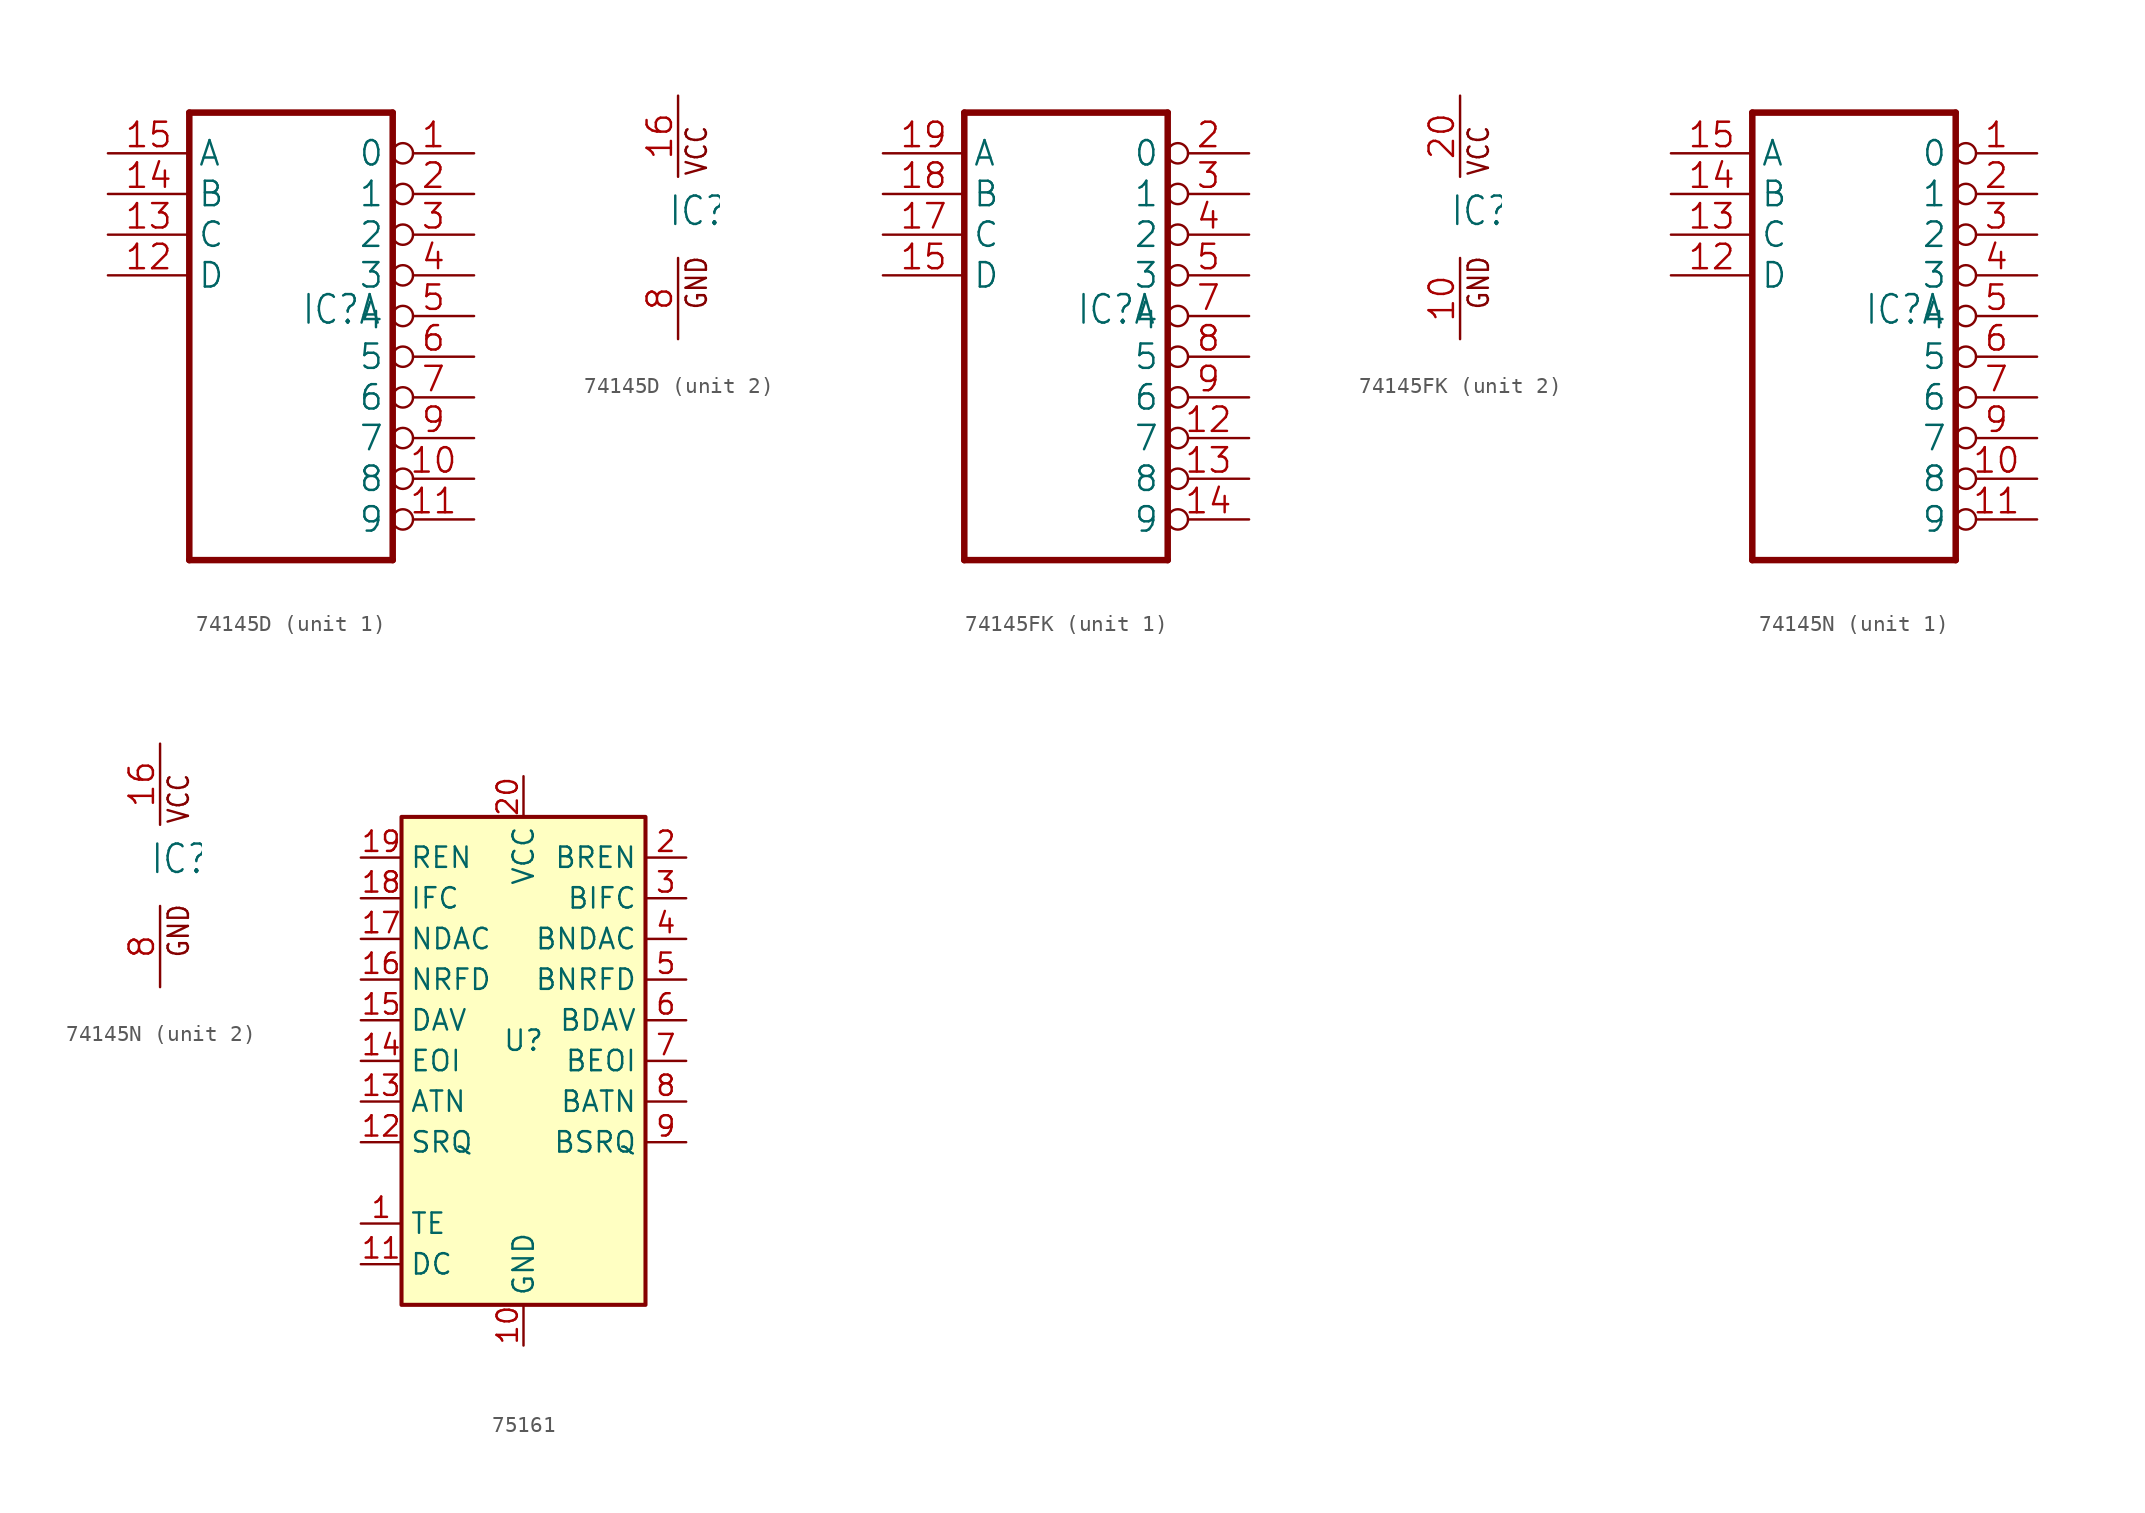
<source format=kicad_sym>
(kicad_symbol_lib
  (version 20241209)
  (generator "kicad_symbol_editor")
  (generator_version "9.0")
  (symbol "74145D"
    (property "Reference" "IC"
      (at -0.635 -0.635 0)
      (effects (font (size 1.778 1.511)) (justify left bottom)))
    (property "ki_locked" ""
      (at 0 0 0)
      (effects (font (size 1.27 1.27))))
    (symbol "74145D_1_0"
      (polyline (pts (xy -7.62 12.7) (xy -7.62 -15.24)) (stroke (width 0.406) (type solid)) (fill (type none)))
      (polyline (pts (xy -7.62 -15.24) (xy 5.08 -15.24)) (stroke (width 0.406) (type solid)) (fill (type none)))
      (polyline (pts (xy 5.08 12.7) (xy -7.62 12.7)) (stroke (width 0.406) (type solid)) (fill (type none)))
      (polyline (pts (xy 5.08 -15.24) (xy 5.08 12.7)) (stroke (width 0.406) (type solid)) (fill (type none)))
      (pin input line (at -12.7 10.16 0) (length 5.08) (name "A" (effects (font (size 1.524 1.524)))) (number "15" (effects (font (size 1.524 1.524)))))
      (pin input line (at -12.7 7.62 0) (length 5.08) (name "B" (effects (font (size 1.524 1.524)))) (number "14" (effects (font (size 1.524 1.524)))))
      (pin input line (at -12.7 5.08 0) (length 5.08) (name "C" (effects (font (size 1.524 1.524)))) (number "13" (effects (font (size 1.524 1.524)))))
      (pin input line (at -12.7 2.54 0) (length 5.08) (name "D" (effects (font (size 1.524 1.524)))) (number "12" (effects (font (size 1.524 1.524)))))
      (pin output inverted (at 10.16 10.16 180) (length 5.08) (name "0" (effects (font (size 1.524 1.524)))) (number "1" (effects (font (size 1.524 1.524)))))
      (pin output inverted (at 10.16 7.62 180) (length 5.08) (name "1" (effects (font (size 1.524 1.524)))) (number "2" (effects (font (size 1.524 1.524)))))
      (pin output inverted (at 10.16 5.08 180) (length 5.08) (name "2" (effects (font (size 1.524 1.524)))) (number "3" (effects (font (size 1.524 1.524)))))
      (pin output inverted (at 10.16 2.54 180) (length 5.08) (name "3" (effects (font (size 1.524 1.524)))) (number "4" (effects (font (size 1.524 1.524)))))
      (pin output inverted (at 10.16 0 180) (length 5.08) (name "4" (effects (font (size 1.524 1.524)))) (number "5" (effects (font (size 1.524 1.524)))))
      (pin output inverted (at 10.16 -2.54 180) (length 5.08) (name "5" (effects (font (size 1.524 1.524)))) (number "6" (effects (font (size 1.524 1.524)))))
      (pin output inverted (at 10.16 -5.08 180) (length 5.08) (name "6" (effects (font (size 1.524 1.524)))) (number "7" (effects (font (size 1.524 1.524)))))
      (pin output inverted (at 10.16 -7.62 180) (length 5.08) (name "7" (effects (font (size 1.524 1.524)))) (number "9" (effects (font (size 1.524 1.524)))))
      (pin output inverted (at 10.16 -10.16 180) (length 5.08) (name "8" (effects (font (size 1.524 1.524)))) (number "10" (effects (font (size 1.524 1.524)))))
      (pin output inverted (at 10.16 -12.7 180) (length 5.08) (name "9" (effects (font (size 1.524 1.524)))) (number "11" (effects (font (size 1.524 1.524))))))
    (symbol "74145D_2_0"
      (text "VCC" (at 1.905 2.54 900) (effects (font (size 1.27 1.079)) (justify left bottom)))
      (text "GND" (at 1.905 -5.842 900) (effects (font (size 1.27 1.079)) (justify left bottom)))
      (pin power_in line (at 0 7.62 270) (length 5.08) (name "VCC" (effects (font (size 0 0)))) (number "16" (effects (font (size 1.524 1.524)))))
      (pin power_in line (at 0 -7.62 90) (length 5.08) (name "GND" (effects (font (size 0 0)))) (number "8" (effects (font (size 1.524 1.524)))))))
  (symbol "74145FK"
    (property "Reference" "IC"
      (at -0.635 -0.635 0)
      (effects (font (size 1.778 1.511)) (justify left bottom)))
    (property "ki_locked" ""
      (at 0 0 0)
      (effects (font (size 1.27 1.27))))
    (symbol "74145FK_1_0"
      (polyline (pts (xy -7.62 12.7) (xy -7.62 -15.24)) (stroke (width 0.406) (type solid)) (fill (type none)))
      (polyline (pts (xy -7.62 -15.24) (xy 5.08 -15.24)) (stroke (width 0.406) (type solid)) (fill (type none)))
      (polyline (pts (xy 5.08 12.7) (xy -7.62 12.7)) (stroke (width 0.406) (type solid)) (fill (type none)))
      (polyline (pts (xy 5.08 -15.24) (xy 5.08 12.7)) (stroke (width 0.406) (type solid)) (fill (type none)))
      (pin input line (at -12.7 10.16 0) (length 5.08) (name "A" (effects (font (size 1.524 1.524)))) (number "19" (effects (font (size 1.524 1.524)))))
      (pin input line (at -12.7 7.62 0) (length 5.08) (name "B" (effects (font (size 1.524 1.524)))) (number "18" (effects (font (size 1.524 1.524)))))
      (pin input line (at -12.7 5.08 0) (length 5.08) (name "C" (effects (font (size 1.524 1.524)))) (number "17" (effects (font (size 1.524 1.524)))))
      (pin input line (at -12.7 2.54 0) (length 5.08) (name "D" (effects (font (size 1.524 1.524)))) (number "15" (effects (font (size 1.524 1.524)))))
      (pin output inverted (at 10.16 10.16 180) (length 5.08) (name "0" (effects (font (size 1.524 1.524)))) (number "2" (effects (font (size 1.524 1.524)))))
      (pin output inverted (at 10.16 7.62 180) (length 5.08) (name "1" (effects (font (size 1.524 1.524)))) (number "3" (effects (font (size 1.524 1.524)))))
      (pin output inverted (at 10.16 5.08 180) (length 5.08) (name "2" (effects (font (size 1.524 1.524)))) (number "4" (effects (font (size 1.524 1.524)))))
      (pin output inverted (at 10.16 2.54 180) (length 5.08) (name "3" (effects (font (size 1.524 1.524)))) (number "5" (effects (font (size 1.524 1.524)))))
      (pin output inverted (at 10.16 0 180) (length 5.08) (name "4" (effects (font (size 1.524 1.524)))) (number "7" (effects (font (size 1.524 1.524)))))
      (pin output inverted (at 10.16 -2.54 180) (length 5.08) (name "5" (effects (font (size 1.524 1.524)))) (number "8" (effects (font (size 1.524 1.524)))))
      (pin output inverted (at 10.16 -5.08 180) (length 5.08) (name "6" (effects (font (size 1.524 1.524)))) (number "9" (effects (font (size 1.524 1.524)))))
      (pin output inverted (at 10.16 -7.62 180) (length 5.08) (name "7" (effects (font (size 1.524 1.524)))) (number "12" (effects (font (size 1.524 1.524)))))
      (pin output inverted (at 10.16 -10.16 180) (length 5.08) (name "8" (effects (font (size 1.524 1.524)))) (number "13" (effects (font (size 1.524 1.524)))))
      (pin output inverted (at 10.16 -12.7 180) (length 5.08) (name "9" (effects (font (size 1.524 1.524)))) (number "14" (effects (font (size 1.524 1.524))))))
    (symbol "74145FK_2_0"
      (text "VCC" (at 1.905 2.54 900) (effects (font (size 1.27 1.079)) (justify left bottom)))
      (text "GND" (at 1.905 -5.842 900) (effects (font (size 1.27 1.079)) (justify left bottom)))
      (pin power_in line (at 0 7.62 270) (length 5.08) (name "VCC" (effects (font (size 0 0)))) (number "20" (effects (font (size 1.524 1.524)))))
      (pin power_in line (at 0 -7.62 90) (length 5.08) (name "GND" (effects (font (size 0 0)))) (number "10" (effects (font (size 1.524 1.524)))))))
  (symbol "74145N"
    (property "Reference" "IC"
      (at -0.635 -0.635 0)
      (effects (font (size 1.778 1.511)) (justify left bottom)))
    (property "ki_locked" ""
      (at 0 0 0)
      (effects (font (size 1.27 1.27))))
    (symbol "74145N_1_0"
      (polyline (pts (xy -7.62 12.7) (xy -7.62 -15.24)) (stroke (width 0.406) (type solid)) (fill (type none)))
      (polyline (pts (xy -7.62 -15.24) (xy 5.08 -15.24)) (stroke (width 0.406) (type solid)) (fill (type none)))
      (polyline (pts (xy 5.08 12.7) (xy -7.62 12.7)) (stroke (width 0.406) (type solid)) (fill (type none)))
      (polyline (pts (xy 5.08 -15.24) (xy 5.08 12.7)) (stroke (width 0.406) (type solid)) (fill (type none)))
      (pin input line (at -12.7 10.16 0) (length 5.08) (name "A" (effects (font (size 1.524 1.524)))) (number "15" (effects (font (size 1.524 1.524)))))
      (pin input line (at -12.7 7.62 0) (length 5.08) (name "B" (effects (font (size 1.524 1.524)))) (number "14" (effects (font (size 1.524 1.524)))))
      (pin input line (at -12.7 5.08 0) (length 5.08) (name "C" (effects (font (size 1.524 1.524)))) (number "13" (effects (font (size 1.524 1.524)))))
      (pin input line (at -12.7 2.54 0) (length 5.08) (name "D" (effects (font (size 1.524 1.524)))) (number "12" (effects (font (size 1.524 1.524)))))
      (pin output inverted (at 10.16 10.16 180) (length 5.08) (name "0" (effects (font (size 1.524 1.524)))) (number "1" (effects (font (size 1.524 1.524)))))
      (pin output inverted (at 10.16 7.62 180) (length 5.08) (name "1" (effects (font (size 1.524 1.524)))) (number "2" (effects (font (size 1.524 1.524)))))
      (pin output inverted (at 10.16 5.08 180) (length 5.08) (name "2" (effects (font (size 1.524 1.524)))) (number "3" (effects (font (size 1.524 1.524)))))
      (pin output inverted (at 10.16 2.54 180) (length 5.08) (name "3" (effects (font (size 1.524 1.524)))) (number "4" (effects (font (size 1.524 1.524)))))
      (pin output inverted (at 10.16 0 180) (length 5.08) (name "4" (effects (font (size 1.524 1.524)))) (number "5" (effects (font (size 1.524 1.524)))))
      (pin output inverted (at 10.16 -2.54 180) (length 5.08) (name "5" (effects (font (size 1.524 1.524)))) (number "6" (effects (font (size 1.524 1.524)))))
      (pin output inverted (at 10.16 -5.08 180) (length 5.08) (name "6" (effects (font (size 1.524 1.524)))) (number "7" (effects (font (size 1.524 1.524)))))
      (pin output inverted (at 10.16 -7.62 180) (length 5.08) (name "7" (effects (font (size 1.524 1.524)))) (number "9" (effects (font (size 1.524 1.524)))))
      (pin output inverted (at 10.16 -10.16 180) (length 5.08) (name "8" (effects (font (size 1.524 1.524)))) (number "10" (effects (font (size 1.524 1.524)))))
      (pin output inverted (at 10.16 -12.7 180) (length 5.08) (name "9" (effects (font (size 1.524 1.524)))) (number "11" (effects (font (size 1.524 1.524))))))
    (symbol "74145N_2_0"
      (text "VCC" (at 1.905 2.54 900) (effects (font (size 1.27 1.079)) (justify left bottom)))
      (text "GND" (at 1.905 -5.842 900) (effects (font (size 1.27 1.079)) (justify left bottom)))
      (pin power_in line (at 0 7.62 270) (length 5.08) (name "VCC" (effects (font (size 0 0)))) (number "16" (effects (font (size 1.524 1.524)))))
      (pin power_in line (at 0 -7.62 90) (length 5.08) (name "GND" (effects (font (size 0 0)))) (number "8" (effects (font (size 1.524 1.524)))))))
  (symbol "75161"
    (property "Reference" "U"
      (at 0 0 0)
      (effects (font (size 1.27 1.27))))
    (property "Value" ""
      (at 0 0 0)
      (effects (font (size 1.27 1.27))))
    (symbol "75161_0_1"
      (rectangle (start -7.62 13.97) (end 7.62 -16.51) (stroke (width 0.254) (type default)) (fill (type background))))
    (symbol "75161_1_1"
      (pin bidirectional line (at -10.16 11.43 0) (length 2.54) (name "REN" (effects (font (size 1.27 1.27)))) (number "19" (effects (font (size 1.27 1.27)))))
      (pin bidirectional line (at -10.16 8.89 0) (length 2.54) (name "IFC" (effects (font (size 1.27 1.27)))) (number "18" (effects (font (size 1.27 1.27)))))
      (pin bidirectional line (at -10.16 6.35 0) (length 2.54) (name "NDAC" (effects (font (size 1.27 1.27)))) (number "17" (effects (font (size 1.27 1.27)))))
      (pin bidirectional line (at -10.16 3.81 0) (length 2.54) (name "NRFD" (effects (font (size 1.27 1.27)))) (number "16" (effects (font (size 1.27 1.27)))))
      (pin bidirectional line (at -10.16 1.27 0) (length 2.54) (name "DAV" (effects (font (size 1.27 1.27)))) (number "15" (effects (font (size 1.27 1.27)))))
      (pin bidirectional line (at -10.16 -1.27 0) (length 2.54) (name "EOI" (effects (font (size 1.27 1.27)))) (number "14" (effects (font (size 1.27 1.27)))))
      (pin bidirectional line (at -10.16 -3.81 0) (length 2.54) (name "ATN" (effects (font (size 1.27 1.27)))) (number "13" (effects (font (size 1.27 1.27)))))
      (pin bidirectional line (at -10.16 -6.35 0) (length 2.54) (name "SRQ" (effects (font (size 1.27 1.27)))) (number "12" (effects (font (size 1.27 1.27)))))
      (pin input line (at -10.16 -11.43 0) (length 2.54) (name "TE" (effects (font (size 1.27 1.27)))) (number "1" (effects (font (size 1.27 1.27)))))
      (pin input line (at -10.16 -13.97 0) (length 2.54) (name "DC" (effects (font (size 1.27 1.27)))) (number "11" (effects (font (size 1.27 1.27)))))
      (pin power_in line (at 0 16.51 270) (length 2.54) (name "VCC" (effects (font (size 1.27 1.27)))) (number "20" (effects (font (size 1.27 1.27)))))
      (pin power_in line (at 0 -19.05 90) (length 2.54) (name "GND" (effects (font (size 1.27 1.27)))) (number "10" (effects (font (size 1.27 1.27)))))
      (pin bidirectional line (at 10.16 11.43 180) (length 2.54) (name "BREN" (effects (font (size 1.27 1.27)))) (number "2" (effects (font (size 1.27 1.27)))))
      (pin bidirectional line (at 10.16 8.89 180) (length 2.54) (name "BIFC" (effects (font (size 1.27 1.27)))) (number "3" (effects (font (size 1.27 1.27)))))
      (pin bidirectional line (at 10.16 6.35 180) (length 2.54) (name "BNDAC" (effects (font (size 1.27 1.27)))) (number "4" (effects (font (size 1.27 1.27)))))
      (pin bidirectional line (at 10.16 3.81 180) (length 2.54) (name "BNRFD" (effects (font (size 1.27 1.27)))) (number "5" (effects (font (size 1.27 1.27)))))
      (pin bidirectional line (at 10.16 1.27 180) (length 2.54) (name "BDAV" (effects (font (size 1.27 1.27)))) (number "6" (effects (font (size 1.27 1.27)))))
      (pin bidirectional line (at 10.16 -1.27 180) (length 2.54) (name "BEOI" (effects (font (size 1.27 1.27)))) (number "7" (effects (font (size 1.27 1.27)))))
      (pin bidirectional line (at 10.16 -3.81 180) (length 2.54) (name "BATN" (effects (font (size 1.27 1.27)))) (number "8" (effects (font (size 1.27 1.27)))))
      (pin bidirectional line (at 10.16 -6.35 180) (length 2.54) (name "BSRQ" (effects (font (size 1.27 1.27)))) (number "9" (effects (font (size 1.27 1.27))))))))
</source>
